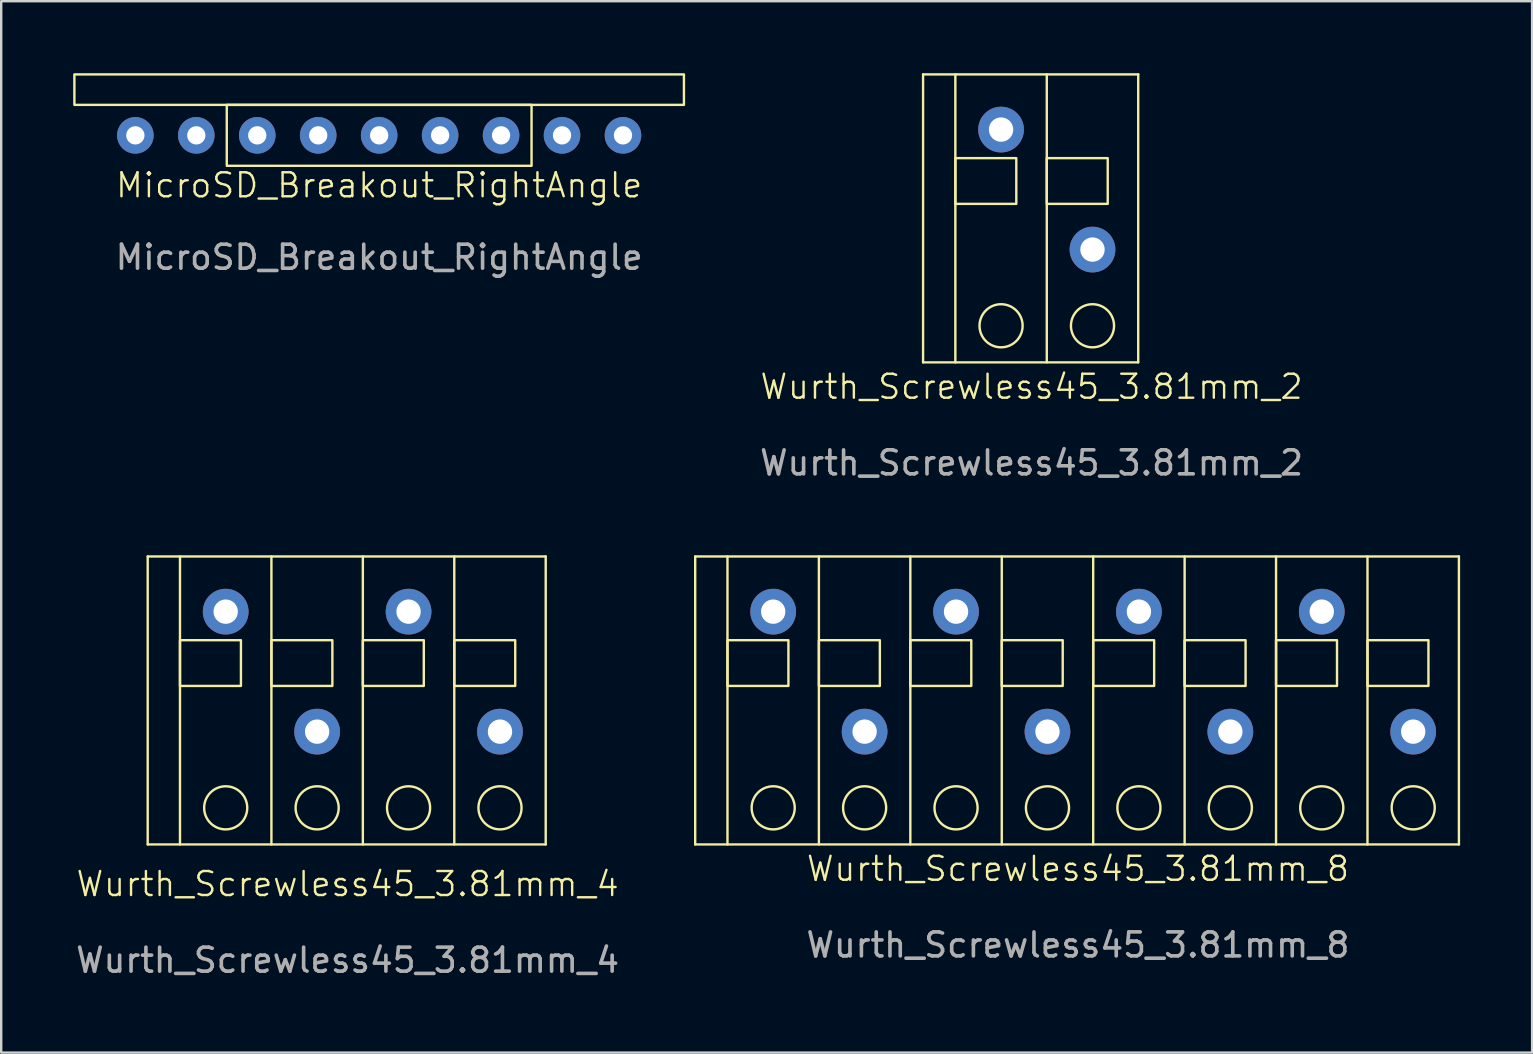
<source format=kicad_pcb>
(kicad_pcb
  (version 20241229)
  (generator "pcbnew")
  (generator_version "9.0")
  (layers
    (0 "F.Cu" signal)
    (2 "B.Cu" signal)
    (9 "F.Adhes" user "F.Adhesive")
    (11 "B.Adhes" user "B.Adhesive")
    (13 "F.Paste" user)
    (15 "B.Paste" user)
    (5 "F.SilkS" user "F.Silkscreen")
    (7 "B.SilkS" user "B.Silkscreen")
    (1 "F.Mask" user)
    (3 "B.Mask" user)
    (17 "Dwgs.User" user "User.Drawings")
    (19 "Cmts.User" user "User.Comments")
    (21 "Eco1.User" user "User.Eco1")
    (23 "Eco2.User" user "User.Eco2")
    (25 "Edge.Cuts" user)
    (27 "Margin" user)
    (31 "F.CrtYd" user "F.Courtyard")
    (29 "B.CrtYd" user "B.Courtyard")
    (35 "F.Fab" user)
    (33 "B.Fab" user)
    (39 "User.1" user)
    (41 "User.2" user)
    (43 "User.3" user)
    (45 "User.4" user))
  (footprint "MicroSD_Breakout_RightAngle"
    (layer "F.Cu")
    (at 12.75 2.59)
    (property "Reference" "MicroSD_Breakout_RightAngle" (at 0 2.08 0) (unlocked yes) (layer "F.SilkS") (effects (font (size 1 1) (thickness 0.1))))
    (attr through_hole)
    (fp_rect (start -12.7 -2.54) (end 12.7 -1.27) (stroke (width 0.1) (type default)) (fill no) (layer "F.SilkS"))
    (fp_rect (start -6.35 -1.27) (end 6.35 1.27) (stroke (width 0.1) (type default)) (fill no) (layer "F.SilkS"))
    (fp_text user "${REFERENCE}" (at 0 5.08 0) (unlocked yes) (layer "F.Fab") (effects (font (size 1 1) (thickness 0.15))))
    (pad "1" thru_hole circle (at -10.16 0) (size 1.524 1.524) (drill 0.762) (layers "*.Cu" "*.Mask"))
    (pad "2" thru_hole circle (at -7.62 0) (size 1.524 1.524) (drill 0.762) (layers "*.Cu" "*.Mask"))
    (pad "3" thru_hole circle (at -5.08 0) (size 1.524 1.524) (drill 0.762) (layers "*.Cu" "*.Mask"))
    (pad "4" thru_hole circle (at -2.54 0) (size 1.524 1.524) (drill 0.762) (layers "*.Cu" "*.Mask"))
    (pad "5" thru_hole circle (at 0 0) (size 1.524 1.524) (drill 0.762) (layers "*.Cu" "*.Mask"))
    (pad "6" thru_hole circle (at 2.54 0) (size 1.524 1.524) (drill 0.762) (layers "*.Cu" "*.Mask"))
    (pad "7" thru_hole circle (at 5.08 0) (size 1.524 1.524) (drill 0.762) (layers "*.Cu" "*.Mask"))
    (pad "8" thru_hole circle (at 7.62 0) (size 1.524 1.524) (drill 0.762) (layers "*.Cu" "*.Mask"))
    (pad "9" thru_hole circle (at 10.16 0) (size 1.524 1.524) (drill 0.762) (layers "*.Cu" "*.Mask")))
  (footprint "Wurth_Screwless45_3.81mm_4"
    (layer "F.Cu")
    (at 17.785 27.438)
    (property "Reference" "Wurth_Screwless45_3.81mm_4" (at -6.35 6.35 0) (unlocked yes) (layer "F.SilkS") (effects (font (size 1 1) (thickness 0.1))))
    (attr through_hole)
    (fp_line (start -14.68 -7.3) (end -14.68 4.7) (stroke (width 0.1) (type default)) (layer "F.SilkS"))
    (fp_line (start -13.335 -7.3) (end -13.335 4.7) (stroke (width 0.1) (type default)) (layer "F.SilkS"))
    (fp_line (start -9.525 -7.3) (end -9.525 4.7) (stroke (width 0.1) (type default)) (layer "F.SilkS"))
    (fp_line (start -5.715 -7.3) (end -5.715 4.7) (stroke (width 0.1) (type default)) (layer "F.SilkS"))
    (fp_line (start -1.905 -7.3) (end -1.905 4.7) (stroke (width 0.1) (type default)) (layer "F.SilkS"))
    (fp_line (start 1.905 -7.3) (end -14.68 -7.3) (stroke (width 0.1) (type default)) (layer "F.SilkS"))
    (fp_line (start 1.905 -7.3) (end 1.905 4.7) (stroke (width 0.1) (type default)) (layer "F.SilkS"))
    (fp_line (start 1.905 4.7) (end -14.68 4.7) (stroke (width 0.1) (type default)) (layer "F.SilkS"))
    (fp_rect (start -13.335 -3.81) (end -10.795 -1.905) (stroke (width 0.1) (type default)) (fill no) (layer "F.SilkS"))
    (fp_rect (start -9.525 -3.81) (end -6.985 -1.905) (stroke (width 0.1) (type default)) (fill no) (layer "F.SilkS"))
    (fp_rect (start -5.715 -3.81) (end -3.175 -1.905) (stroke (width 0.1) (type default)) (fill no) (layer "F.SilkS"))
    (fp_rect (start -1.905 -3.81) (end 0.635 -1.905) (stroke (width 0.1) (type default)) (fill no) (layer "F.SilkS"))
    (fp_circle (center -11.43 3.175) (end -10.795 2.54) (stroke (width 0.1) (type default)) (fill no) (layer "F.SilkS"))
    (fp_circle (center -7.62 3.175) (end -6.985 2.54) (stroke (width 0.1) (type default)) (fill no) (layer "F.SilkS"))
    (fp_circle (center -3.81 3.175) (end -3.175 2.54) (stroke (width 0.1) (type default)) (fill no) (layer "F.SilkS"))
    (fp_circle (center 0 3.175) (end 0.635 2.54) (stroke (width 0.1) (type default)) (fill no) (layer "F.SilkS"))
    (fp_text user "${REFERENCE}" (at -6.35 9.525 0) (unlocked yes) (layer "F.Fab") (effects (font (size 1 1) (thickness 0.15))))
    (pad "1" thru_hole circle (at 0 0) (size 1.905 1.905) (drill 1.016) (layers "*.Cu" "*.Mask"))
    (pad "2" thru_hole circle (at -3.81 -5) (size 1.905 1.905) (drill 1.016) (layers "*.Cu" "*.Mask"))
    (pad "3" thru_hole circle (at -7.62 0) (size 1.905 1.905) (drill 1.016) (layers "*.Cu" "*.Mask"))
    (pad "4" thru_hole circle (at -11.43 -5) (size 1.905 1.905) (drill 1.016) (layers "*.Cu" "*.Mask")))
  (footprint "Wurth_Screwless45_3.81mm_2"
    (layer "F.Cu")
    (at 42.475 7.35)
    (property "Reference" "Wurth_Screwless45_3.81mm_2" (at -2.54 5.715 0) (unlocked yes) (layer "F.SilkS") (effects (font (size 1 1) (thickness 0.1))))
    (attr through_hole)
    (fp_line (start -7.06 -7.3) (end -7.06 4.7) (stroke (width 0.1) (type default)) (layer "F.SilkS"))
    (fp_line (start -5.715 -7.3) (end -5.715 4.7) (stroke (width 0.1) (type default)) (layer "F.SilkS"))
    (fp_line (start -1.905 -7.3) (end -1.905 4.7) (stroke (width 0.1) (type default)) (layer "F.SilkS"))
    (fp_line (start 1.905 -7.3) (end -7.06 -7.3) (stroke (width 0.1) (type default)) (layer "F.SilkS"))
    (fp_line (start 1.905 -7.3) (end 1.905 4.7) (stroke (width 0.1) (type default)) (layer "F.SilkS"))
    (fp_line (start 1.905 4.7) (end -7.06 4.7) (stroke (width 0.1) (type default)) (layer "F.SilkS"))
    (fp_rect (start -5.715 -3.81) (end -3.175 -1.905) (stroke (width 0.1) (type default)) (fill no) (layer "F.SilkS"))
    (fp_rect (start -1.905 -3.81) (end 0.635 -1.905) (stroke (width 0.1) (type default)) (fill no) (layer "F.SilkS"))
    (fp_circle (center -3.81 3.175) (end -3.175 2.54) (stroke (width 0.1) (type default)) (fill no) (layer "F.SilkS"))
    (fp_circle (center 0 3.175) (end 0.635 2.54) (stroke (width 0.1) (type default)) (fill no) (layer "F.SilkS"))
    (fp_text user "${REFERENCE}" (at -2.54 8.89 0) (unlocked yes) (layer "F.Fab") (effects (font (size 1 1) (thickness 0.15))))
    (pad "1" thru_hole circle (at 0 0) (size 1.905 1.905) (drill 1.016) (layers "*.Cu" "*.Mask"))
    (pad "2" thru_hole circle (at -3.81 -5) (size 1.905 1.905) (drill 1.016) (layers "*.Cu" "*.Mask")))
  (footprint "Wurth_Screwless45_3.81mm_8"
    (layer "F.Cu")
    (at 55.839 27.438)
    (property "Reference" "Wurth_Screwless45_3.81mm_8" (at -13.97 5.715 0) (unlocked yes) (layer "F.SilkS") (effects (font (size 1 1) (thickness 0.1))))
    (attr through_hole)
    (fp_line (start -29.92 -7.3) (end -29.92 4.7) (stroke (width 0.1) (type default)) (layer "F.SilkS"))
    (fp_line (start -28.575 -7.3) (end -28.575 4.7) (stroke (width 0.1) (type default)) (layer "F.SilkS"))
    (fp_line (start -24.765 -7.3) (end -24.765 4.7) (stroke (width 0.1) (type default)) (layer "F.SilkS"))
    (fp_line (start -20.955 -7.3) (end -20.955 4.7) (stroke (width 0.1) (type default)) (layer "F.SilkS"))
    (fp_line (start -17.145 -7.3) (end -17.145 4.7) (stroke (width 0.1) (type default)) (layer "F.SilkS"))
    (fp_line (start -13.335 -7.3) (end -13.335 4.7) (stroke (width 0.1) (type default)) (layer "F.SilkS"))
    (fp_line (start -9.525 -7.3) (end -9.525 4.7) (stroke (width 0.1) (type default)) (layer "F.SilkS"))
    (fp_line (start -5.715 -7.3) (end -5.715 4.7) (stroke (width 0.1) (type default)) (layer "F.SilkS"))
    (fp_line (start -1.905 -7.3) (end -1.905 4.7) (stroke (width 0.1) (type default)) (layer "F.SilkS"))
    (fp_line (start 1.905 -7.3) (end -29.92 -7.3) (stroke (width 0.1) (type default)) (layer "F.SilkS"))
    (fp_line (start 1.905 -7.3) (end 1.905 4.7) (stroke (width 0.1) (type default)) (layer "F.SilkS"))
    (fp_line (start 1.905 4.7) (end -29.92 4.7) (stroke (width 0.1) (type default)) (layer "F.SilkS"))
    (fp_rect (start -28.575 -3.81) (end -26.035 -1.905) (stroke (width 0.1) (type default)) (fill no) (layer "F.SilkS"))
    (fp_rect (start -24.765 -3.81) (end -22.225 -1.905) (stroke (width 0.1) (type default)) (fill no) (layer "F.SilkS"))
    (fp_rect (start -20.955 -3.81) (end -18.415 -1.905) (stroke (width 0.1) (type default)) (fill no) (layer "F.SilkS"))
    (fp_rect (start -17.145 -3.81) (end -14.605 -1.905) (stroke (width 0.1) (type default)) (fill no) (layer "F.SilkS"))
    (fp_rect (start -13.335 -3.81) (end -10.795 -1.905) (stroke (width 0.1) (type default)) (fill no) (layer "F.SilkS"))
    (fp_rect (start -9.525 -3.81) (end -6.985 -1.905) (stroke (width 0.1) (type default)) (fill no) (layer "F.SilkS"))
    (fp_rect (start -5.715 -3.81) (end -3.175 -1.905) (stroke (width 0.1) (type default)) (fill no) (layer "F.SilkS"))
    (fp_rect (start -1.905 -3.81) (end 0.635 -1.905) (stroke (width 0.1) (type default)) (fill no) (layer "F.SilkS"))
    (fp_circle (center -26.67 3.175) (end -26.035 2.54) (stroke (width 0.1) (type default)) (fill no) (layer "F.SilkS"))
    (fp_circle (center -22.86 3.175) (end -22.225 2.54) (stroke (width 0.1) (type default)) (fill no) (layer "F.SilkS"))
    (fp_circle (center -19.05 3.175) (end -18.415 2.54) (stroke (width 0.1) (type default)) (fill no) (layer "F.SilkS"))
    (fp_circle (center -15.24 3.175) (end -14.605 2.54) (stroke (width 0.1) (type default)) (fill no) (layer "F.SilkS"))
    (fp_circle (center -11.43 3.175) (end -10.795 2.54) (stroke (width 0.1) (type default)) (fill no) (layer "F.SilkS"))
    (fp_circle (center -7.62 3.175) (end -6.985 2.54) (stroke (width 0.1) (type default)) (fill no) (layer "F.SilkS"))
    (fp_circle (center -3.81 3.175) (end -3.175 2.54) (stroke (width 0.1) (type default)) (fill no) (layer "F.SilkS"))
    (fp_circle (center 0 3.175) (end 0.635 2.54) (stroke (width 0.1) (type default)) (fill no) (layer "F.SilkS"))
    (fp_text user "${REFERENCE}" (at -13.97 8.89 0) (unlocked yes) (layer "F.Fab") (effects (font (size 1 1) (thickness 0.15))))
    (pad "1" thru_hole circle (at 0 0) (size 1.905 1.905) (drill 1.016) (layers "*.Cu" "*.Mask"))
    (pad "2" thru_hole circle (at -3.81 -5) (size 1.905 1.905) (drill 1.016) (layers "*.Cu" "*.Mask"))
    (pad "3" thru_hole circle (at -7.62 0) (size 1.905 1.905) (drill 1.016) (layers "*.Cu" "*.Mask"))
    (pad "4" thru_hole circle (at -11.43 -5) (size 1.905 1.905) (drill 1.016) (layers "*.Cu" "*.Mask"))
    (pad "5" thru_hole circle (at -15.24 0) (size 1.905 1.905) (drill 1.016) (layers "*.Cu" "*.Mask"))
    (pad "6" thru_hole circle (at -19.05 -5) (size 1.905 1.905) (drill 1.016) (layers "*.Cu" "*.Mask"))
    (pad "7" thru_hole circle (at -22.86 0) (size 1.905 1.905) (drill 1.016) (layers "*.Cu" "*.Mask"))
    (pad "8" thru_hole circle (at -26.67 -5) (size 1.905 1.905) (drill 1.016) (layers "*.Cu" "*.Mask")))
  (gr_rect
    (start -3 -3)
    (end 60.794 40.812)
    (stroke (width 0.1) (type default))
    (fill no)
    (layer "Edge.Cuts")))
</source>
